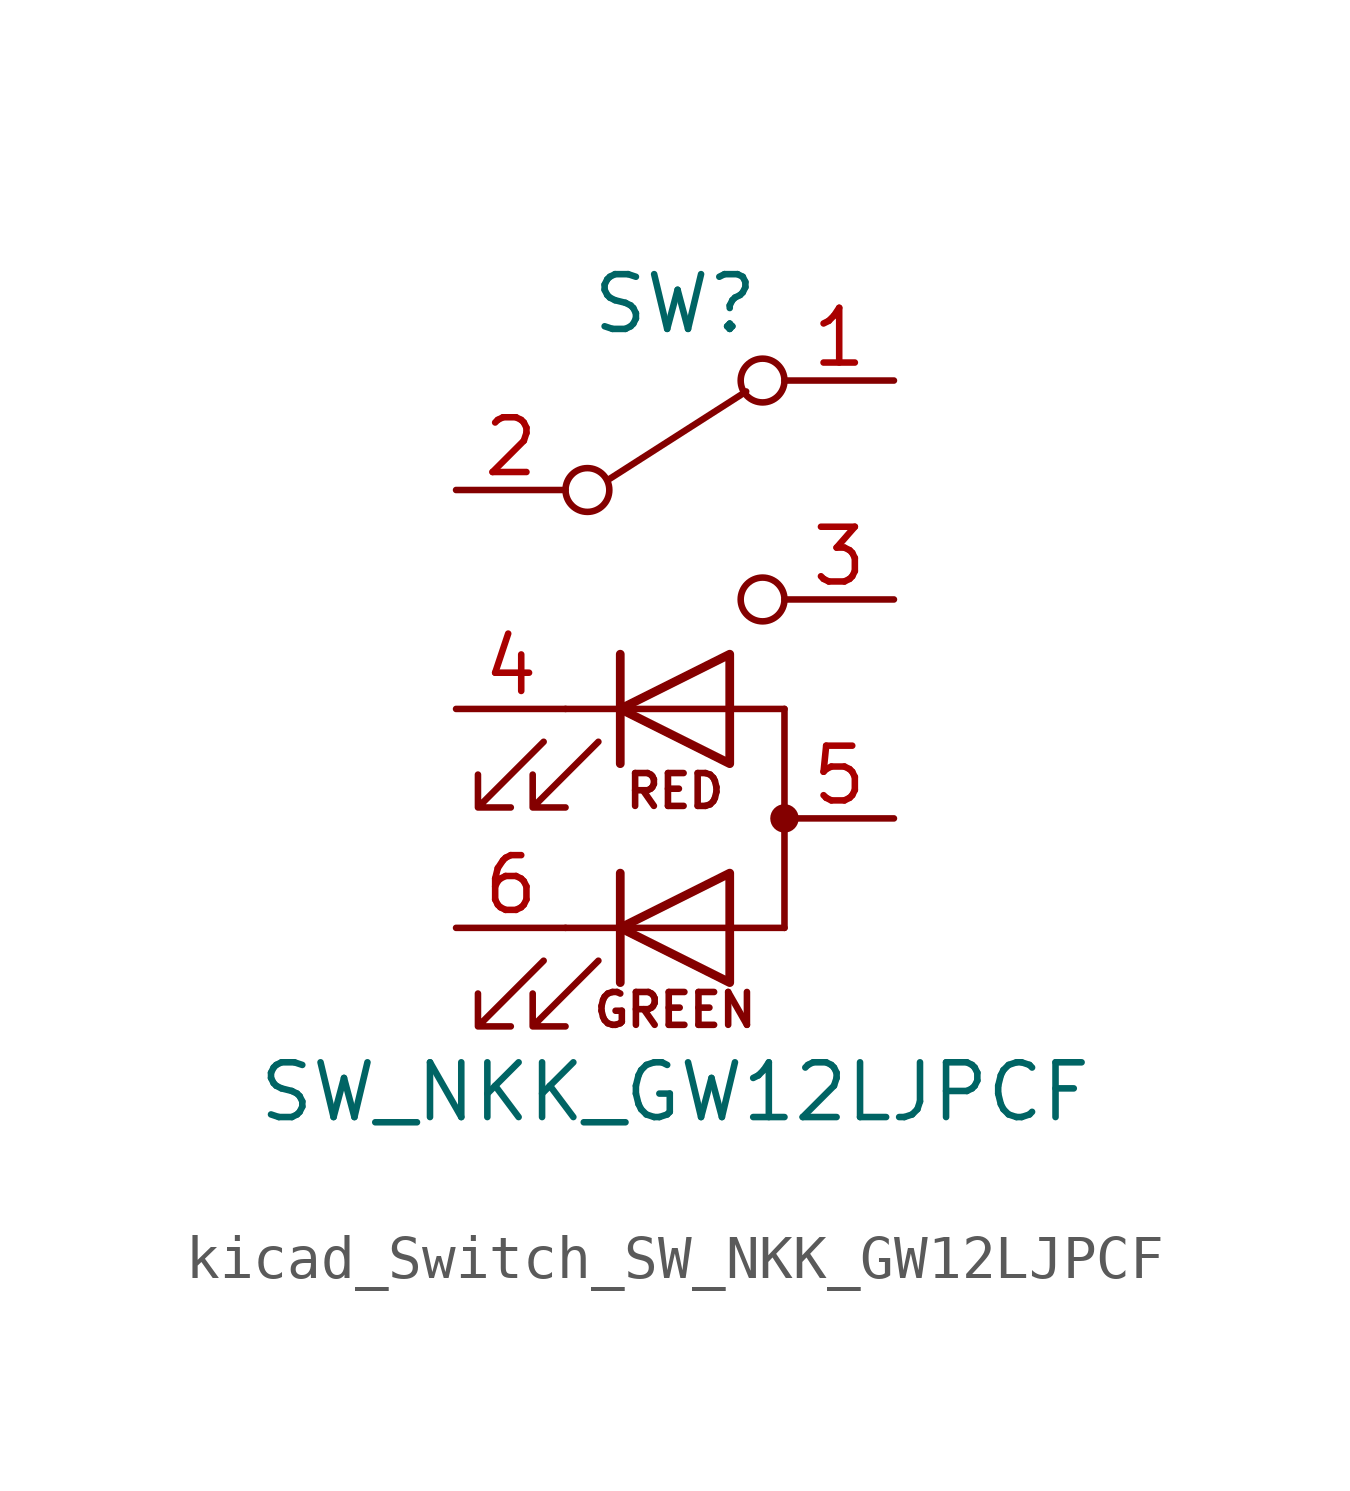
<source format=kicad_sym>
(kicad_symbol_lib
  (version 20220914)
  (generator kicad_symbol_editor)
  (symbol "kicad_Switch_SW_NKK_GW12LJPCF"
    (pin_names
      (offset 1.016) hide)
    (property "Reference" "SW"
      (at 0 9.398 0)
      (effects (font (size 1.27 1.27))))
    (property "Value" "SW_NKK_GW12LJPCF"
      (at 0 -8.89 0)
      (effects (font (size 1.27 1.27))))
    (symbol "kicad_Switch_SW_NKK_GW12LJPCF_0_0"
      (circle (center -2.032 5.08) (radius 0.508) (stroke (width 0) (type default)) (fill (type none)))
      (polyline (pts (xy -2.54 -5.08) (xy 2.54 -5.08)) (stroke (width 0) (type default)) (fill (type none)))
      (polyline (pts (xy -2.54 0) (xy 2.54 0)) (stroke (width 0) (type default)) (fill (type none)))
      (circle (center 2.032 2.54) (radius 0.508) (stroke (width 0) (type default)) (fill (type none)))
      (text "GREEN" (at 0 -6.985 0) (effects (font (size 0.762 0.762))))
      (text "RED" (at 0 -1.905 0) (effects (font (size 0.762 0.762)))))
    (symbol "kicad_Switch_SW_NKK_GW12LJPCF_0_1"
      (polyline (pts (xy -1.524 5.334) (xy 1.651 7.366)) (stroke (width 0) (type default)) (fill (type none)))
      (polyline (pts (xy -1.27 -6.35) (xy -1.27 -3.81)) (stroke (width 0.203) (type default)) (fill (type none)))
      (polyline (pts (xy -1.27 -1.27) (xy -1.27 1.27)) (stroke (width 0.203) (type default)) (fill (type none)))
      (polyline (pts (xy 2.54 0) (xy 2.54 -5.08)) (stroke (width 0) (type default)) (fill (type none)))
      (polyline (pts (xy 1.27 -6.35) (xy 1.27 -3.81) (xy -1.27 -5.08) (xy 1.27 -6.35)) (stroke (width 0.203) (type default)) (fill (type none)))
      (polyline (pts (xy 1.27 -1.27) (xy 1.27 1.27) (xy -1.27 0) (xy 1.27 -1.27)) (stroke (width 0.203) (type default)) (fill (type none)))
      (polyline (pts (xy -3.048 -5.842) (xy -4.572 -7.366) (xy -3.81 -7.366) (xy -4.572 -7.366) (xy -4.572 -6.604)) (stroke (width 0) (type default)) (fill (type none)))
      (polyline (pts (xy -3.048 -0.762) (xy -4.572 -2.286) (xy -3.81 -2.286) (xy -4.572 -2.286) (xy -4.572 -1.524)) (stroke (width 0) (type default)) (fill (type none)))
      (polyline (pts (xy -1.778 -5.842) (xy -3.302 -7.366) (xy -2.54 -7.366) (xy -3.302 -7.366) (xy -3.302 -6.604)) (stroke (width 0) (type default)) (fill (type none)))
      (polyline (pts (xy -1.778 -0.762) (xy -3.302 -2.286) (xy -2.54 -2.286) (xy -3.302 -2.286) (xy -3.302 -1.524)) (stroke (width 0) (type default)) (fill (type none)))
      (circle (center 2.032 7.62) (radius 0.508) (stroke (width 0) (type default)) (fill (type none)))
      (circle (center 2.54 -2.54) (radius 0.254) (stroke (width 0) (type default)) (fill (type outline)))
      (pin passive line (at -5.08 0 0) (length 2.54) (name "KR" (effects (font (size 1.27 1.27)))) (number "4" (effects (font (size 1.27 1.27)))))
      (pin passive line (at 5.08 -2.54 180) (length 2.54) (name "A" (effects (font (size 1.27 1.27)))) (number "5" (effects (font (size 1.27 1.27)))))
      (pin passive line (at -5.08 -5.08 0) (length 2.54) (name "KG" (effects (font (size 1.27 1.27)))) (number "6" (effects (font (size 1.27 1.27))))))
    (symbol "kicad_Switch_SW_NKK_GW12LJPCF_1_1"
      (pin passive line (at 5.08 7.62 180) (length 2.54) (name "A" (effects (font (size 1.27 1.27)))) (number "1" (effects (font (size 1.27 1.27)))))
      (pin passive line (at -5.08 5.08 0) (length 2.54) (name "B" (effects (font (size 1.27 1.27)))) (number "2" (effects (font (size 1.27 1.27)))))
      (pin passive line (at 5.08 2.54 180) (length 2.54) (name "C" (effects (font (size 1.27 1.27)))) (number "3" (effects (font (size 1.27 1.27))))))))
</source>
